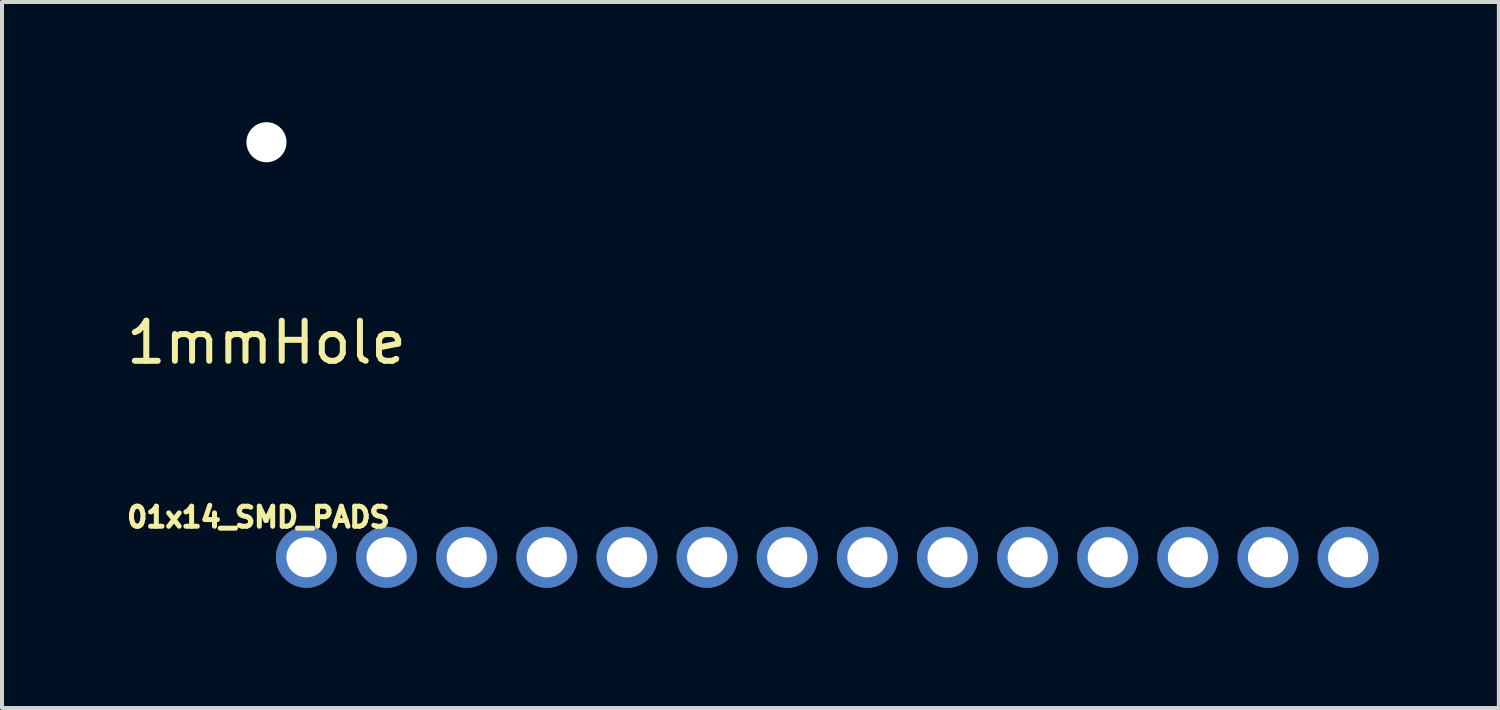
<source format=kicad_pcb>
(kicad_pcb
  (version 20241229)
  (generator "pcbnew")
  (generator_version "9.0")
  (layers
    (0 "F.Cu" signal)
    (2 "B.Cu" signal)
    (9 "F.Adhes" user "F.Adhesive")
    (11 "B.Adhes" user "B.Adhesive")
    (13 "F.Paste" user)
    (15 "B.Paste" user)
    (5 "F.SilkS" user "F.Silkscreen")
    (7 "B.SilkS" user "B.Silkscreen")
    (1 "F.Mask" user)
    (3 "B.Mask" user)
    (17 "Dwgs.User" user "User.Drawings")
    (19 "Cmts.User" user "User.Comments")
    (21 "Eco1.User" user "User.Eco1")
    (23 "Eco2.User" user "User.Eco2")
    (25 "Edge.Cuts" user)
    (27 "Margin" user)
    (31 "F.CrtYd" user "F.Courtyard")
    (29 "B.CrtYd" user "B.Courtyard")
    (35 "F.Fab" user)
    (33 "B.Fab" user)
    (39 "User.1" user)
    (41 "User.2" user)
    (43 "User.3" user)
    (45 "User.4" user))
  (footprint "1mmHole"
    (layer "F.Cu")
    (at 3.601 0.5)
    (property "Reference" "1mmHole" (at 0 5 0) (layer "F.SilkS") (effects (font (size 1 1) (thickness 0.15))))
    (attr through_hole)
    (pad "" np_thru_hole circle (at 0 0) (size 1 1) (drill 1) (layers "*.Cu" "*.Mask")))
  (footprint "01x14_SMD_PADS"
    (layer "F.Cu")
    (at 4.599 10.86)
    (property "Reference" "01x14_SMD_PADS" (at -1.2 -1 0) (layer "F.SilkS") (effects (font (size 0.5 0.5) (thickness 0.125))))
    (attr through_hole)
    (pad "1" thru_hole circle (at 0 0) (size 1.524 1.524) (drill 1) (layers "*.Cu" "*.Mask"))
    (pad "2" thru_hole circle (at 2 0) (size 1.524 1.524) (drill 1) (layers "*.Cu" "*.Mask"))
    (pad "3" thru_hole circle (at 4 0) (size 1.524 1.524) (drill 1) (layers "*.Cu" "*.Mask"))
    (pad "4" thru_hole circle (at 6 0) (size 1.524 1.524) (drill 1) (layers "*.Cu" "*.Mask"))
    (pad "5" thru_hole circle (at 8 0) (size 1.524 1.524) (drill 1) (layers "*.Cu" "*.Mask"))
    (pad "6" thru_hole circle (at 10 0) (size 1.524 1.524) (drill 1) (layers "*.Cu" "*.Mask"))
    (pad "7" thru_hole circle (at 12 0) (size 1.524 1.524) (drill 1) (layers "*.Cu" "*.Mask"))
    (pad "8" thru_hole circle (at 14 0) (size 1.524 1.524) (drill 1) (layers "*.Cu" "*.Mask"))
    (pad "9" thru_hole circle (at 16 0) (size 1.524 1.524) (drill 1) (layers "*.Cu" "*.Mask"))
    (pad "10" thru_hole circle (at 18 0) (size 1.524 1.524) (drill 1) (layers "*.Cu" "*.Mask"))
    (pad "11" thru_hole circle (at 20 0) (size 1.524 1.524) (drill 1) (layers "*.Cu" "*.Mask"))
    (pad "12" thru_hole circle (at 22 0) (size 1.524 1.524) (drill 1) (layers "*.Cu" "*.Mask"))
    (pad "13" thru_hole circle (at 24 0) (size 1.524 1.524) (drill 1) (layers "*.Cu" "*.Mask"))
    (pad "14" thru_hole circle (at 26 0) (size 1.524 1.524) (drill 1) (layers "*.Cu" "*.Mask")))
  (gr_rect
    (start -3 -3)
    (end 34.361 14.622)
    (stroke (width 0.1) (type default))
    (fill no)
    (layer "Edge.Cuts")))
</source>
